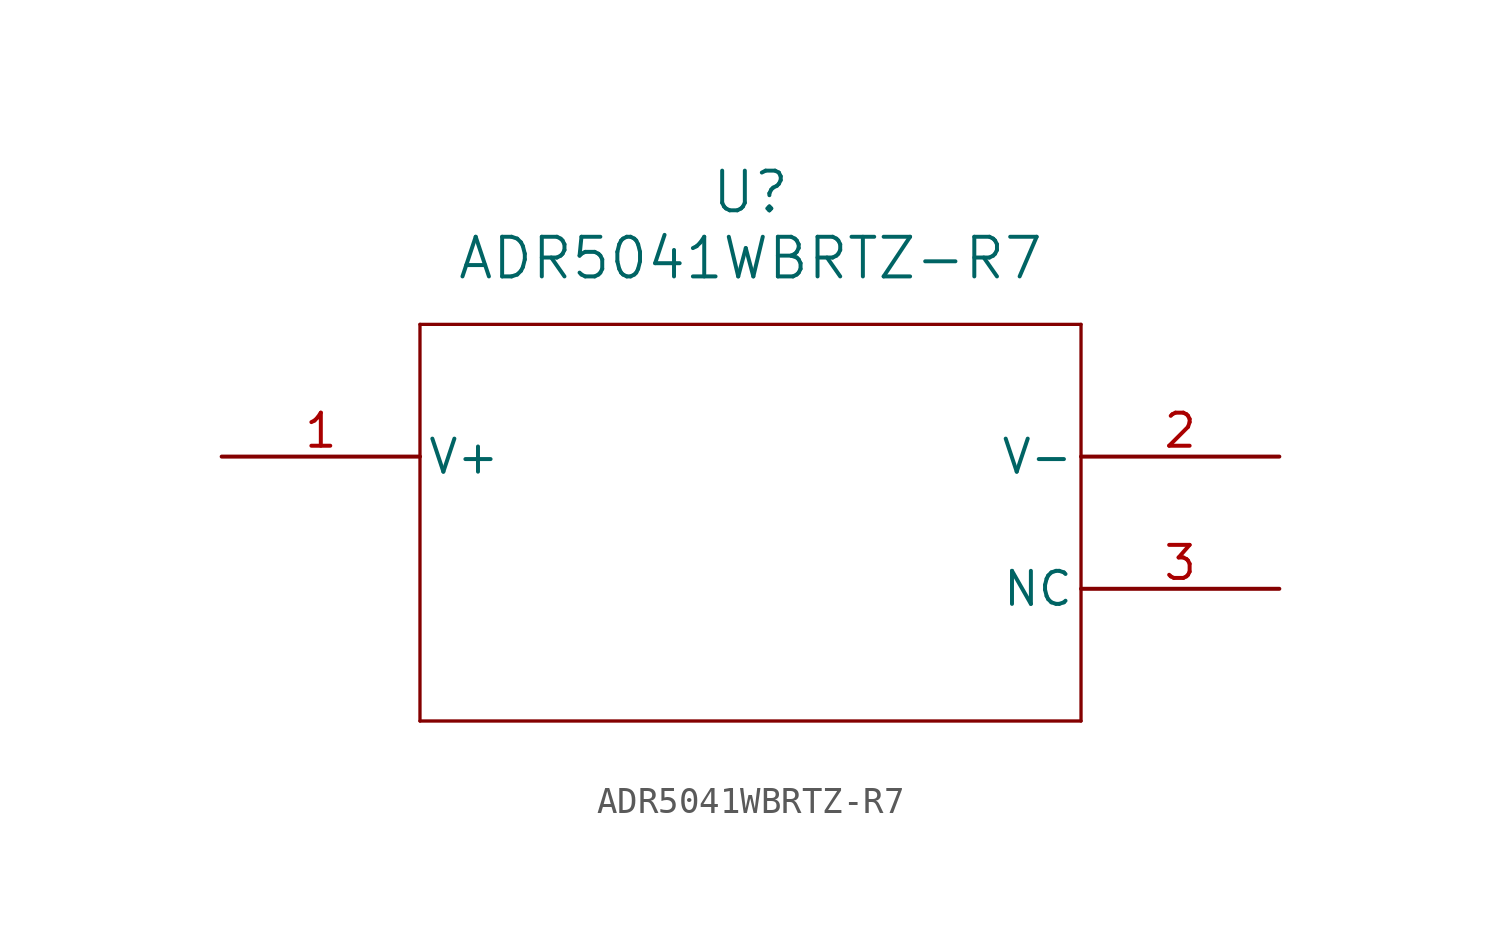
<source format=kicad_sym>
(kicad_symbol_lib
  (version 20220914)
  (generator kicad_symbol_editor)
  (symbol "ADR5041WBRTZ-R7"
    (pin_names
      (offset 0.254))
    (property "Reference" "U"
      (at 20.32 10.16 0)
      (effects (font (size 1.524 1.524))))
    (property "Value" "ADR5041WBRTZ-R7"
      (at 20.32 7.62 0)
      (effects (font (size 1.524 1.524))))
    (symbol "ADR5041WBRTZ-R7_0_1"
      (polyline (pts (xy 7.62 -10.16) (xy 33.02 -10.16)) (stroke (width 0.127) (type default)) (fill (type none)))
      (polyline (pts (xy 7.62 5.08) (xy 7.62 -10.16)) (stroke (width 0.127) (type default)) (fill (type none)))
      (polyline (pts (xy 33.02 -10.16) (xy 33.02 5.08)) (stroke (width 0.127) (type default)) (fill (type none)))
      (polyline (pts (xy 33.02 5.08) (xy 7.62 5.08)) (stroke (width 0.127) (type default)) (fill (type none)))
      (pin unspecified line (at 0 0 0) (length 7.62) (name "V+" (effects (font (size 1.27 1.27)))) (number "1" (effects (font (size 1.27 1.27)))))
      (pin unspecified line (at 40.64 0 180) (length 7.62) (name "V-" (effects (font (size 1.27 1.27)))) (number "2" (effects (font (size 1.27 1.27)))))
      (pin unspecified line (at 40.64 -5.08 180) (length 7.62) (name "NC" (effects (font (size 1.27 1.27)))) (number "3" (effects (font (size 1.27 1.27))))))))
</source>
